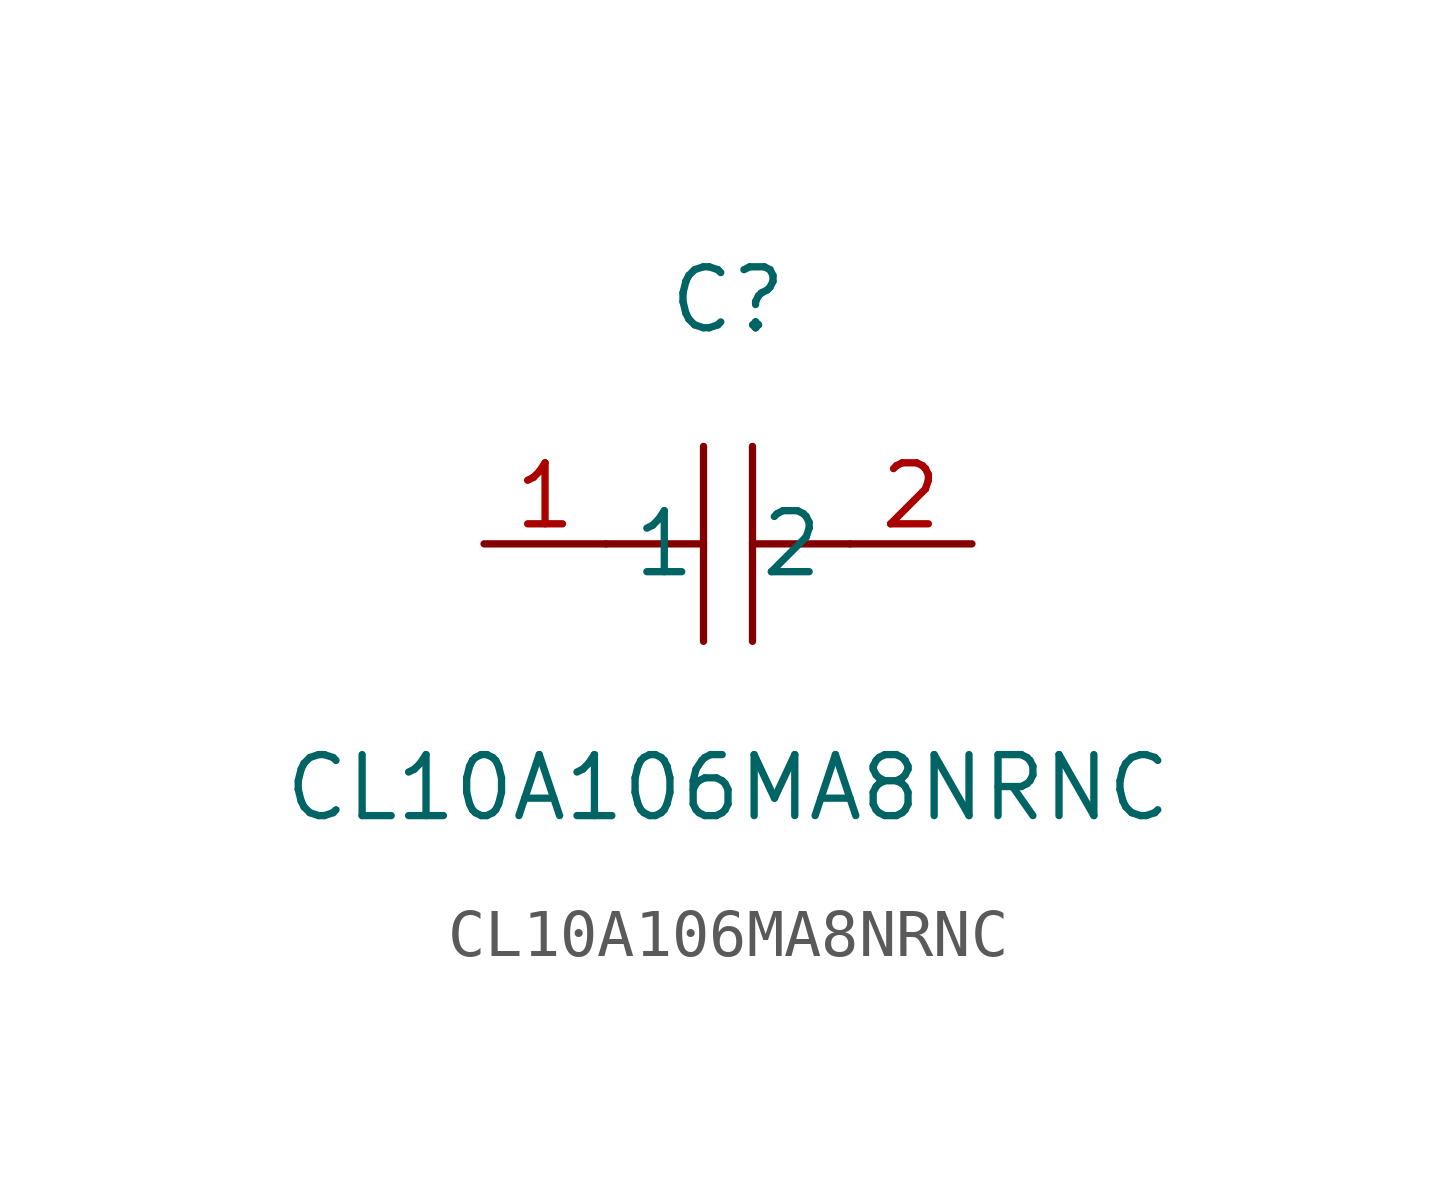
<source format=kicad_sym>
(kicad_symbol_lib
  (version 20211014)
  (generator https://github.com/uPesy/easyeda2kicad.py)
  (symbol "CL10A106MA8NRNC"
    (property "Reference" "C"
      (at 0 5.08 0)
      (effects (font (size 1.27 1.27))))
    (property "Value" "CL10A106MA8NRNC"
      (at 0 -5.08 0)
      (effects (font (size 1.27 1.27))))
    (symbol "CL10A106MA8NRNC_0_1"
      (polyline (pts (xy -0.51 -2.03) (xy -0.51 2.03)) (stroke (width 0) (type default) (color 0 0 0 0)) (fill (type none)))
      (polyline (pts (xy 2.54 -0.00) (xy 0.51 -0.00)) (stroke (width 0) (type default) (color 0 0 0 0)) (fill (type none)))
      (polyline (pts (xy 0.51 2.03) (xy 0.51 -2.03)) (stroke (width 0) (type default) (color 0 0 0 0)) (fill (type none)))
      (polyline (pts (xy -0.51 -0.00) (xy -2.54 -0.00)) (stroke (width 0) (type default) (color 0 0 0 0)) (fill (type none)))
      (pin unspecified line (at -5.08 -0.00 0) (length 2.54) (name "1" (effects (font (size 1.27 1.27)))) (number "1" (effects (font (size 1.27 1.27)))))
      (pin unspecified line (at 5.08 -0.00 180) (length 2.54) (name "2" (effects (font (size 1.27 1.27)))) (number "2" (effects (font (size 1.27 1.27))))))))
</source>
